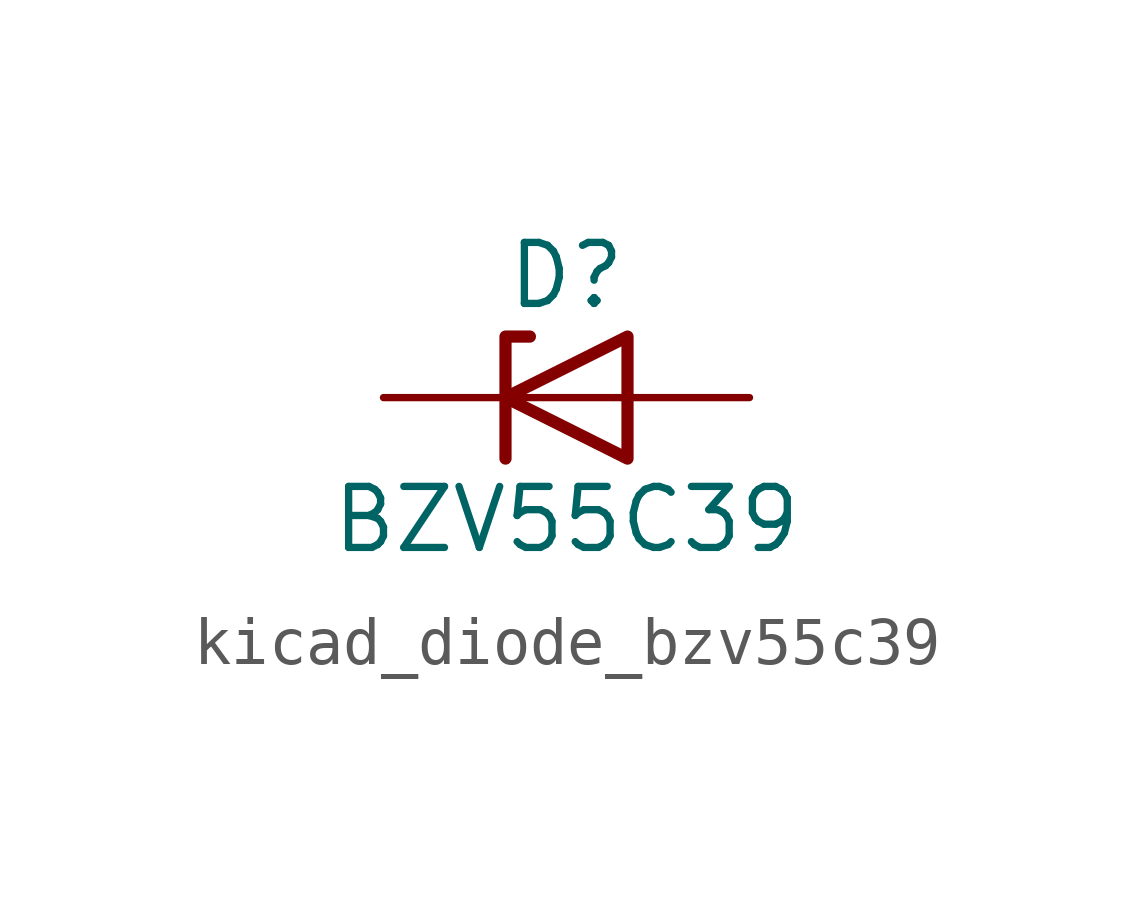
<source format=kicad_sym>
(kicad_symbol_lib
  (version 20220914)
  (generator kicad_symbol_editor)
  (symbol "kicad_diode_bzv55c39"
    (pin_numbers hide)
    (pin_names hide)
    (property "Reference" "D"
      (at 0 2.54 0)
      (effects (font (size 1.27 1.27))))
    (property "Value" "BZV55C39"
      (at 0 -2.54 0)
      (effects (font (size 1.27 1.27))))
    (symbol "kicad_diode_bzv55c39_0_1"
      (polyline (pts (xy 1.27 0) (xy -1.27 0)) (stroke (width 0) (type default)) (fill (type none)))
      (polyline (pts (xy -1.27 -1.27) (xy -1.27 1.27) (xy -0.762 1.27)) (stroke (width 0.254) (type default)) (fill (type none)))
      (polyline (pts (xy 1.27 -1.27) (xy 1.27 1.27) (xy -1.27 0) (xy 1.27 -1.27)) (stroke (width 0.254) (type default)) (fill (type none))))
    (symbol "kicad_diode_bzv55c39_1_1"
      (pin passive line (at -3.81 0 0) (length 2.54) (name "K" (effects (font (size 1.27 1.27)))) (number "1" (effects (font (size 1.27 1.27)))))
      (pin passive line (at 3.81 0 180) (length 2.54) (name "A" (effects (font (size 1.27 1.27)))) (number "2" (effects (font (size 1.27 1.27))))))))
</source>
